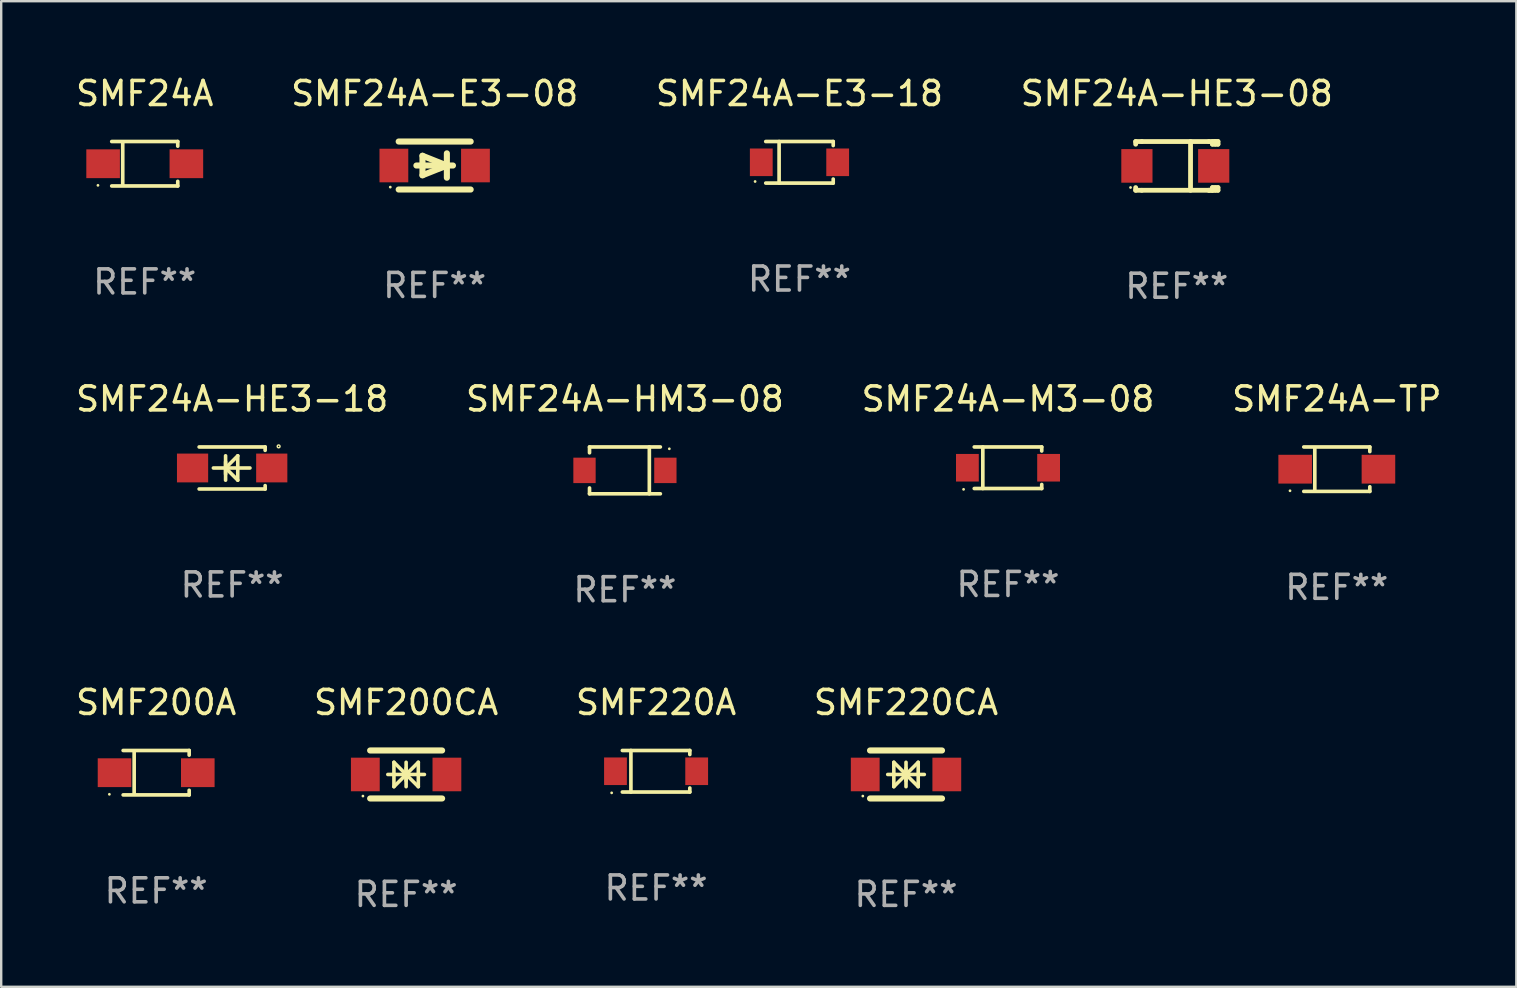
<source format=kicad_pcb>
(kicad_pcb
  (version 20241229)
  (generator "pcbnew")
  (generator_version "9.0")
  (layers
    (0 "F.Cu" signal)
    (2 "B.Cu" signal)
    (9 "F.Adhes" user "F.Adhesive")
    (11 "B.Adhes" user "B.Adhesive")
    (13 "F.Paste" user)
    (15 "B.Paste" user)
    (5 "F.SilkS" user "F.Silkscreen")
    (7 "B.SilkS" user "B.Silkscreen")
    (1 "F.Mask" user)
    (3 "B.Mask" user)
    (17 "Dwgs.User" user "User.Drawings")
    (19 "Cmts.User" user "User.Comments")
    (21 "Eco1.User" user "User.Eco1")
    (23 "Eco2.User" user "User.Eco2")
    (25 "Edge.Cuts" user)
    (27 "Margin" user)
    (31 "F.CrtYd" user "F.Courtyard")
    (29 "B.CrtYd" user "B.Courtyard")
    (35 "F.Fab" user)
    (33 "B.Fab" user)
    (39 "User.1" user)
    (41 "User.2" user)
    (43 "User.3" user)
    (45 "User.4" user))
  (footprint "SMF24A-TP"
    (layer "F.Cu")
    (at 52.661 16.503)
    (property "Reference" "SMF24A-TP" (at 0 -2.926 0) (layer "F.SilkS") (effects (font (size 1 1) (thickness 0.15))))
    (attr through_hole)
    (fp_line (start -1.376 -0.926) (end 1.376 -0.926) (stroke (width 0.152) (type solid)) (layer "F.SilkS"))
    (fp_line (start -1.376 0.926) (end 1.376 0.926) (stroke (width 0.152) (type solid)) (layer "F.SilkS"))
    (fp_line (start -0.917 -0.876) (end -0.917 0.876) (stroke (width 0.152) (type solid)) (layer "F.SilkS"))
    (fp_line (start 1.376 -0.926) (end 1.376 -0.733) (stroke (width 0.152) (type solid)) (layer "F.SilkS"))
    (fp_line (start 1.376 0.926) (end 1.376 0.733) (stroke (width 0.152) (type solid)) (layer "F.SilkS"))
    (fp_circle (center -1.95 0.9) (end -1.92 0.9) (stroke (width 0.06) (type solid)) (fill no) (layer "F.SilkS"))
    (fp_text user "REF**" (at 0 4.926 0) (layer "F.Fab") (effects (font (size 1 1) (thickness 0.15))))
    (pad "1" smd rect (at -1.735 0) (size 1.4 1.2) (layers "F.Cu" "F.Mask" "F.Paste"))
    (pad "2" smd rect (at 1.735 0) (size 1.4 1.2) (layers "F.Cu" "F.Mask" "F.Paste")))
  (footprint "SMF220A"
    (layer "F.Cu")
    (at 24.292 29.092)
    (property "Reference" "SMF220A" (at 0 -2.866 0) (layer "F.SilkS") (effects (font (size 1 1) (thickness 0.15))))
    (attr through_hole)
    (fp_line (start -1.406 -0.866) (end 1.406 -0.866) (stroke (width 0.152) (type solid)) (layer "F.SilkS"))
    (fp_line (start -1.406 0.866) (end 1.406 0.866) (stroke (width 0.152) (type solid)) (layer "F.SilkS"))
    (fp_line (start -1.049 -0.866) (end -1.049 0.866) (stroke (width 0.152) (type solid)) (layer "F.SilkS"))
    (fp_line (start 1.406 -0.866) (end 1.406 -0.698) (stroke (width 0.152) (type solid)) (layer "F.SilkS"))
    (fp_line (start 1.406 0.866) (end 1.406 0.698) (stroke (width 0.152) (type solid)) (layer "F.SilkS"))
    (fp_circle (center -1.851 0.9) (end -1.821 0.9) (stroke (width 0.06) (type solid)) (fill no) (layer "F.SilkS"))
    (fp_text user "REF**" (at 0 4.866 0) (layer "F.Fab") (effects (font (size 1 1) (thickness 0.15))))
    (pad "1" smd rect (at -1.692 0) (size 0.95 1.15) (layers "F.Cu" "F.Mask" "F.Paste"))
    (pad "2" smd rect (at 1.692 0) (size 0.95 1.15) (layers "F.Cu" "F.Mask" "F.Paste")))
  (footprint "SMF200A"
    (layer "F.Cu")
    (at 3.458 29.152)
    (property "Reference" "SMF200A" (at 0 -2.926 0) (layer "F.SilkS") (effects (font (size 1 1) (thickness 0.15))))
    (attr through_hole)
    (fp_line (start -1.376 -0.926) (end 1.376 -0.926) (stroke (width 0.152) (type solid)) (layer "F.SilkS"))
    (fp_line (start -1.376 0.926) (end 1.376 0.926) (stroke (width 0.152) (type solid)) (layer "F.SilkS"))
    (fp_line (start -0.917 -0.876) (end -0.917 0.876) (stroke (width 0.152) (type solid)) (layer "F.SilkS"))
    (fp_line (start 1.376 -0.926) (end 1.376 -0.733) (stroke (width 0.152) (type solid)) (layer "F.SilkS"))
    (fp_line (start 1.376 0.926) (end 1.376 0.733) (stroke (width 0.152) (type solid)) (layer "F.SilkS"))
    (fp_circle (center -1.95 0.9) (end -1.92 0.9) (stroke (width 0.06) (type solid)) (fill no) (layer "F.SilkS"))
    (fp_text user "REF**" (at 0 4.926 0) (layer "F.Fab") (effects (font (size 1 1) (thickness 0.15))))
    (pad "1" smd rect (at -1.735 0) (size 1.4 1.2) (layers "F.Cu" "F.Mask" "F.Paste"))
    (pad "2" smd rect (at 1.735 0) (size 1.4 1.2) (layers "F.Cu" "F.Mask" "F.Paste")))
  (footprint "SMF24A-HM3-08"
    (layer "F.Cu")
    (at 22.994 16.553)
    (property "Reference" "SMF24A-HM3-08" (at 0 -2.976 0) (layer "F.SilkS") (effects (font (size 1 1) (thickness 0.15))))
    (attr through_hole)
    (fp_line (start -1.476 -0.976) (end -1.476 -0.733) (stroke (width 0.152) (type solid)) (layer "F.SilkS"))
    (fp_line (start -1.476 0.976) (end -1.476 0.733) (stroke (width 0.152) (type solid)) (layer "F.SilkS"))
    (fp_line (start 1.017 0.976) (end 1.017 -0.976) (stroke (width 0.152) (type solid)) (layer "F.SilkS"))
    (fp_line (start 1.476 -0.976) (end -1.476 -0.976) (stroke (width 0.152) (type solid)) (layer "F.SilkS"))
    (fp_line (start 1.476 0.976) (end -1.476 0.976) (stroke (width 0.152) (type solid)) (layer "F.SilkS"))
    (fp_circle (center 1.85 -0.9) (end 1.88 -0.9) (stroke (width 0.06) (type solid)) (fill no) (layer "F.SilkS"))
    (fp_text user "REF**" (at 0 4.976 0) (layer "F.Fab") (effects (font (size 1 1) (thickness 0.15))))
    (pad "1" smd rect (at 1.685 0 180) (size 0.93 1.06) (layers "F.Cu" "F.Mask" "F.Paste"))
    (pad "2" smd rect (at -1.685 0 180) (size 0.93 1.06) (layers "F.Cu" "F.Mask" "F.Paste")))
  (footprint "SMF200CA"
    (layer "F.Cu")
    (at 13.875 29.226)
    (property "Reference" "SMF200CA" (at 0 -3 0) (layer "F.SilkS") (effects (font (size 1 1) (thickness 0.15))))
    (attr through_hole)
    (fp_line (start -1.5 -1) (end 1.5 -1) (stroke (width 0.254) (type solid)) (layer "F.SilkS"))
    (fp_line (start -1.5 1) (end 1.5 1) (stroke (width 0.254) (type solid)) (layer "F.SilkS"))
    (fp_line (start -0.762 0) (end 0.762 0) (stroke (width 0.15) (type solid)) (layer "F.SilkS"))
    (fp_line (start -0.508 -0.508) (end -0.508 0.508) (stroke (width 0.15) (type solid)) (layer "F.SilkS"))
    (fp_line (start 0 -0.508) (end 0 0.508) (stroke (width 0.15) (type solid)) (layer "F.SilkS"))
    (fp_line (start 0 0) (end -0.508 -0.508) (stroke (width 0.15) (type solid)) (layer "F.SilkS"))
    (fp_line (start 0 0) (end -0.508 0.508) (stroke (width 0.15) (type solid)) (layer "F.SilkS"))
    (fp_line (start 0 0) (end 0.508 -0.508) (stroke (width 0.15) (type solid)) (layer "F.SilkS"))
    (fp_line (start 0 0) (end 0.508 0.508) (stroke (width 0.15) (type solid)) (layer "F.SilkS"))
    (fp_line (start 0 0.254) (end 0 -0.254) (stroke (width 0.15) (type solid)) (layer "F.SilkS"))
    (fp_line (start 0.508 0.508) (end 0.508 -0.508) (stroke (width 0.15) (type solid)) (layer "F.SilkS"))
    (fp_circle (center -1.8 0.9) (end -1.77 0.9) (stroke (width 0.06) (type solid)) (fill no) (layer "F.SilkS"))
    (fp_text user "REF**" (at 0 5 0) (layer "F.Fab") (effects (font (size 1 1) (thickness 0.15))))
    (pad "1" smd rect (at -1.7 0) (size 1.2 1.4) (layers "F.Cu" "F.Mask" "F.Paste"))
    (pad "2" smd rect (at 1.7 0) (size 1.2 1.4) (layers "F.Cu" "F.Mask" "F.Paste")))
  (footprint "SMF220CA"
    (layer "F.Cu")
    (at 34.708 29.226)
    (property "Reference" "SMF220CA" (at 0 -3 0) (layer "F.SilkS") (effects (font (size 1 1) (thickness 0.15))))
    (attr through_hole)
    (fp_line (start -1.5 -1) (end 1.5 -1) (stroke (width 0.254) (type solid)) (layer "F.SilkS"))
    (fp_line (start -1.5 1) (end 1.5 1) (stroke (width 0.254) (type solid)) (layer "F.SilkS"))
    (fp_line (start -0.762 0) (end 0.762 0) (stroke (width 0.15) (type solid)) (layer "F.SilkS"))
    (fp_line (start -0.508 -0.508) (end -0.508 0.508) (stroke (width 0.15) (type solid)) (layer "F.SilkS"))
    (fp_line (start 0 -0.508) (end 0 0.508) (stroke (width 0.15) (type solid)) (layer "F.SilkS"))
    (fp_line (start 0 0) (end -0.508 -0.508) (stroke (width 0.15) (type solid)) (layer "F.SilkS"))
    (fp_line (start 0 0) (end -0.508 0.508) (stroke (width 0.15) (type solid)) (layer "F.SilkS"))
    (fp_line (start 0 0) (end 0.508 -0.508) (stroke (width 0.15) (type solid)) (layer "F.SilkS"))
    (fp_line (start 0 0) (end 0.508 0.508) (stroke (width 0.15) (type solid)) (layer "F.SilkS"))
    (fp_line (start 0 0.254) (end 0 -0.254) (stroke (width 0.15) (type solid)) (layer "F.SilkS"))
    (fp_line (start 0.508 0.508) (end 0.508 -0.508) (stroke (width 0.15) (type solid)) (layer "F.SilkS"))
    (fp_circle (center -1.8 0.9) (end -1.77 0.9) (stroke (width 0.06) (type solid)) (fill no) (layer "F.SilkS"))
    (fp_text user "REF**" (at 0 5 0) (layer "F.Fab") (effects (font (size 1 1) (thickness 0.15))))
    (pad "1" smd rect (at -1.7 0) (size 1.2 1.4) (layers "F.Cu" "F.Mask" "F.Paste"))
    (pad "2" smd rect (at 1.7 0) (size 1.2 1.4) (layers "F.Cu" "F.Mask" "F.Paste")))
  (footprint "SMF24A-M3-08"
    (layer "F.Cu")
    (at 38.958 16.443)
    (property "Reference" "SMF24A-M3-08" (at 0 -2.866 0) (layer "F.SilkS") (effects (font (size 1 1) (thickness 0.15))))
    (attr through_hole)
    (fp_line (start -1.406 -0.866) (end 1.406 -0.866) (stroke (width 0.152) (type solid)) (layer "F.SilkS"))
    (fp_line (start -1.406 0.866) (end 1.406 0.866) (stroke (width 0.152) (type solid)) (layer "F.SilkS"))
    (fp_line (start -1.049 -0.866) (end -1.049 0.866) (stroke (width 0.152) (type solid)) (layer "F.SilkS"))
    (fp_line (start 1.406 -0.866) (end 1.406 -0.698) (stroke (width 0.152) (type solid)) (layer "F.SilkS"))
    (fp_line (start 1.406 0.866) (end 1.406 0.698) (stroke (width 0.152) (type solid)) (layer "F.SilkS"))
    (fp_circle (center -1.851 0.9) (end -1.821 0.9) (stroke (width 0.06) (type solid)) (fill no) (layer "F.SilkS"))
    (fp_text user "REF**" (at 0 4.866 0) (layer "F.Fab") (effects (font (size 1 1) (thickness 0.15))))
    (pad "1" smd rect (at -1.692 0) (size 0.95 1.15) (layers "F.Cu" "F.Mask" "F.Paste"))
    (pad "2" smd rect (at 1.692 0) (size 0.95 1.15) (layers "F.Cu" "F.Mask" "F.Paste")))
  (footprint "SMF24A-E3-18"
    (layer "F.Cu")
    (at 30.268 3.714)
    (property "Reference" "SMF24A-E3-18" (at 0 -2.866 0) (layer "F.SilkS") (effects (font (size 1 1) (thickness 0.15))))
    (attr through_hole)
    (fp_line (start -1.406 -0.866) (end 1.406 -0.866) (stroke (width 0.152) (type solid)) (layer "F.SilkS"))
    (fp_line (start -1.406 0.866) (end 1.406 0.866) (stroke (width 0.152) (type solid)) (layer "F.SilkS"))
    (fp_line (start -0.849 -0.866) (end -0.849 0.866) (stroke (width 0.152) (type solid)) (layer "F.SilkS"))
    (fp_line (start 1.406 -0.866) (end 1.406 -0.698) (stroke (width 0.152) (type solid)) (layer "F.SilkS"))
    (fp_line (start 1.406 0.866) (end 1.406 0.698) (stroke (width 0.152) (type solid)) (layer "F.SilkS"))
    (fp_circle (center -1.849 0.8) (end -1.819 0.8) (stroke (width 0.06) (type solid)) (fill no) (layer "F.SilkS"))
    (fp_text user "REF**" (at 0 4.866 0) (layer "F.Fab") (effects (font (size 1 1) (thickness 0.15))))
    (pad "1" smd rect (at -1.592 0) (size 0.95 1.15) (layers "F.Cu" "F.Mask" "F.Paste"))
    (pad "2" smd rect (at 1.592 0) (size 0.95 1.15) (layers "F.Cu" "F.Mask" "F.Paste")))
  (footprint "SMF24A-E3-08"
    (layer "F.Cu")
    (at 15.065 3.848)
    (property "Reference" "SMF24A-E3-08" (at 0 -3 0) (layer "F.SilkS") (effects (font (size 1 1) (thickness 0.15))))
    (attr through_hole)
    (fp_line (start -1.5 -1) (end 1.5 -1) (stroke (width 0.254) (type solid)) (layer "F.SilkS"))
    (fp_line (start -1.5 1) (end 1.5 1) (stroke (width 0.254) (type solid)) (layer "F.SilkS"))
    (fp_line (start -0.508 -0.406) (end 0.508 0) (stroke (width 0.254) (type solid)) (layer "F.SilkS"))
    (fp_line (start -0.508 0.406) (end -0.508 -0.406) (stroke (width 0.254) (type solid)) (layer "F.SilkS"))
    (fp_line (start 0.508 0) (end -0.508 0.406) (stroke (width 0.254) (type solid)) (layer "F.SilkS"))
    (fp_line (start 0.508 0.508) (end 0.508 -0.508) (stroke (width 0.254) (type solid)) (layer "F.SilkS"))
    (fp_line (start 0.762 0) (end -0.762 0) (stroke (width 0.254) (type solid)) (layer "F.SilkS"))
    (fp_circle (center -1.85 0.9) (end -1.82 0.9) (stroke (width 0.06) (type solid)) (fill no) (layer "F.SilkS"))
    (fp_text user "REF**" (at 0 5 0) (layer "F.Fab") (effects (font (size 1 1) (thickness 0.15))))
    (pad "1" smd rect (at -1.7 0) (size 1.2 1.4) (layers "F.Cu" "F.Mask" "F.Paste"))
    (pad "2" smd rect (at 1.7 0) (size 1.2 1.4) (layers "F.Cu" "F.Mask" "F.Paste")))
  (footprint "SMF24A-HE3-18"
    (layer "F.Cu")
    (at 6.625 16.453)
    (property "Reference" "SMF24A-HE3-18" (at 0 -2.876 0) (layer "F.SilkS") (effects (font (size 1 1) (thickness 0.15))))
    (attr through_hole)
    (fp_line (start -1.376 -0.876) (end 1.376 -0.876) (stroke (width 0.152) (type solid)) (layer "F.SilkS"))
    (fp_line (start -1.376 0.876) (end 1.376 0.876) (stroke (width 0.152) (type solid)) (layer "F.SilkS"))
    (fp_line (start -0.782 0) (end 0.742 0) (stroke (width 0.15) (type solid)) (layer "F.SilkS"))
    (fp_line (start -0.274 -0.508) (end -0.274 0.508) (stroke (width 0.15) (type solid)) (layer "F.SilkS"))
    (fp_line (start -0.274 0) (end 0.234 -0.508) (stroke (width 0.15) (type solid)) (layer "F.SilkS"))
    (fp_line (start -0.274 0) (end 0.234 0.508) (stroke (width 0.15) (type solid)) (layer "F.SilkS"))
    (fp_line (start -0.274 0.254) (end -0.274 -0.254) (stroke (width 0.15) (type solid)) (layer "F.SilkS"))
    (fp_line (start 0.234 0.508) (end 0.234 -0.508) (stroke (width 0.15) (type solid)) (layer "F.SilkS"))
    (fp_line (start 1.376 -0.876) (end 1.375 -0.735) (stroke (width 0.152) (type solid)) (layer "F.SilkS"))
    (fp_line (start 1.376 0.876) (end 1.375 0.735) (stroke (width 0.152) (type solid)) (layer "F.SilkS"))
    (fp_circle (center 1.937 -0.9) (end 1.966 -0.9) (stroke (width 0.06) (type solid)) (fill no) (layer "F.SilkS"))
    (fp_text user "REF**" (at 0 4.876 0) (layer "F.Fab") (effects (font (size 1 1) (thickness 0.15))))
    (pad "1" smd rect (at 1.65 0 180) (size 1.3 1.2) (layers "F.Cu" "F.Mask" "F.Paste"))
    (pad "2" smd rect (at -1.65 0 180) (size 1.3 1.2) (layers "F.Cu" "F.Mask" "F.Paste")))
  (footprint "SMF24A"
    (layer "F.Cu")
    (at 2.982 3.774)
    (property "Reference" "SMF24A" (at 0 -2.926 0) (layer "F.SilkS") (effects (font (size 1 1) (thickness 0.15))))
    (attr through_hole)
    (fp_line (start -1.376 -0.926) (end 1.376 -0.926) (stroke (width 0.152) (type solid)) (layer "F.SilkS"))
    (fp_line (start -1.376 0.926) (end 1.376 0.926) (stroke (width 0.152) (type solid)) (layer "F.SilkS"))
    (fp_line (start -0.917 -0.876) (end -0.917 0.876) (stroke (width 0.152) (type solid)) (layer "F.SilkS"))
    (fp_line (start 1.376 -0.926) (end 1.376 -0.733) (stroke (width 0.152) (type solid)) (layer "F.SilkS"))
    (fp_line (start 1.376 0.926) (end 1.376 0.733) (stroke (width 0.152) (type solid)) (layer "F.SilkS"))
    (fp_circle (center -1.95 0.9) (end -1.92 0.9) (stroke (width 0.06) (type solid)) (fill no) (layer "F.SilkS"))
    (fp_text user "REF**" (at 0 4.926 0) (layer "F.Fab") (effects (font (size 1 1) (thickness 0.15))))
    (pad "1" smd rect (at -1.735 0) (size 1.4 1.2) (layers "F.Cu" "F.Mask" "F.Paste"))
    (pad "2" smd rect (at 1.735 0) (size 1.4 1.2) (layers "F.Cu" "F.Mask" "F.Paste")))
  (footprint "SMF24A-HE3-08"
    (layer "F.Cu")
    (at 45.994 3.864)
    (property "Reference" "SMF24A-HE3-08" (at 0 -3.016 0) (layer "F.SilkS") (effects (font (size 1 1) (thickness 0.15))))
    (attr through_hole)
    (fp_line (start -1.715 -1.016) (end -1.715 -0.904) (stroke (width 0.2) (type solid)) (layer "F.SilkS"))
    (fp_line (start -1.715 0.904) (end -1.715 1.016) (stroke (width 0.2) (type solid)) (layer "F.SilkS"))
    (fp_line (start -1.715 1.016) (end -1.461 1.016) (stroke (width 0.2) (type solid)) (layer "F.SilkS"))
    (fp_line (start -1.461 -1.016) (end -1.715 -1.016) (stroke (width 0.2) (type solid)) (layer "F.SilkS"))
    (fp_line (start -1.461 -1.016) (end 1.339 -1.016) (stroke (width 0.2) (type solid)) (layer "F.SilkS"))
    (fp_line (start -1.461 1.016) (end 1.339 1.016) (stroke (width 0.2) (type solid)) (layer "F.SilkS"))
    (fp_line (start 0.572 -1.016) (end 0.571 1.016) (stroke (width 0.2) (type solid)) (layer "F.SilkS"))
    (fp_line (start 1.339 -1.016) (end 1.588 -1.016) (stroke (width 0.2) (type solid)) (layer "F.SilkS"))
    (fp_line (start 1.339 1.016) (end 1.486 1.016) (stroke (width 0.2) (type solid)) (layer "F.SilkS"))
    (fp_line (start 1.486 -0.904) (end 1.486 -1.016) (stroke (width 0.2) (type solid)) (layer "F.SilkS"))
    (fp_line (start 1.486 1.016) (end 1.486 0.904) (stroke (width 0.2) (type solid)) (layer "F.SilkS"))
    (fp_line (start 1.588 -1.016) (end 1.603 -1.016) (stroke (width 0.2) (type solid)) (layer "F.SilkS"))
    (fp_line (start 1.588 -1.016) (end 1.715 -1.016) (stroke (width 0.2) (type solid)) (layer "F.SilkS"))
    (fp_line (start 1.603 -1.016) (end 1.603 -0.904) (stroke (width 0.2) (type solid)) (layer "F.SilkS"))
    (fp_line (start 1.603 0.904) (end 1.603 1.016) (stroke (width 0.2) (type solid)) (layer "F.SilkS"))
    (fp_line (start 1.715 -1.016) (end 1.715 -0.904) (stroke (width 0.2) (type solid)) (layer "F.SilkS"))
    (fp_line (start 1.715 -0.904) (end 1.486 -0.904) (stroke (width 0.2) (type solid)) (layer "F.SilkS"))
    (fp_line (start 1.715 0.904) (end 1.486 0.904) (stroke (width 0.2) (type solid)) (layer "F.SilkS"))
    (fp_line (start 1.715 0.904) (end 1.715 1.016) (stroke (width 0.2) (type solid)) (layer "F.SilkS"))
    (fp_line (start 1.715 1.016) (end 1.339 1.016) (stroke (width 0.2) (type solid)) (layer "F.SilkS"))
    (fp_circle (center -1.929 0.9) (end -1.899 0.9) (stroke (width 0.06) (type solid)) (fill no) (layer "F.SilkS"))
    (fp_text user "REF**" (at 0 5.016 0) (layer "F.Fab") (effects (font (size 1 1) (thickness 0.15))))
    (pad "1" smd rect (at -1.664 0) (size 1.3 1.4) (layers "F.Cu" "F.Mask" "F.Paste"))
    (pad "2" smd rect (at 1.537 0) (size 1.3 1.4) (layers "F.Cu" "F.Mask" "F.Paste")))
  (gr_rect
    (start -3 -3)
    (end 60.143 38.074)
    (stroke (width 0.1) (type default))
    (fill no)
    (layer "Edge.Cuts")))
</source>
